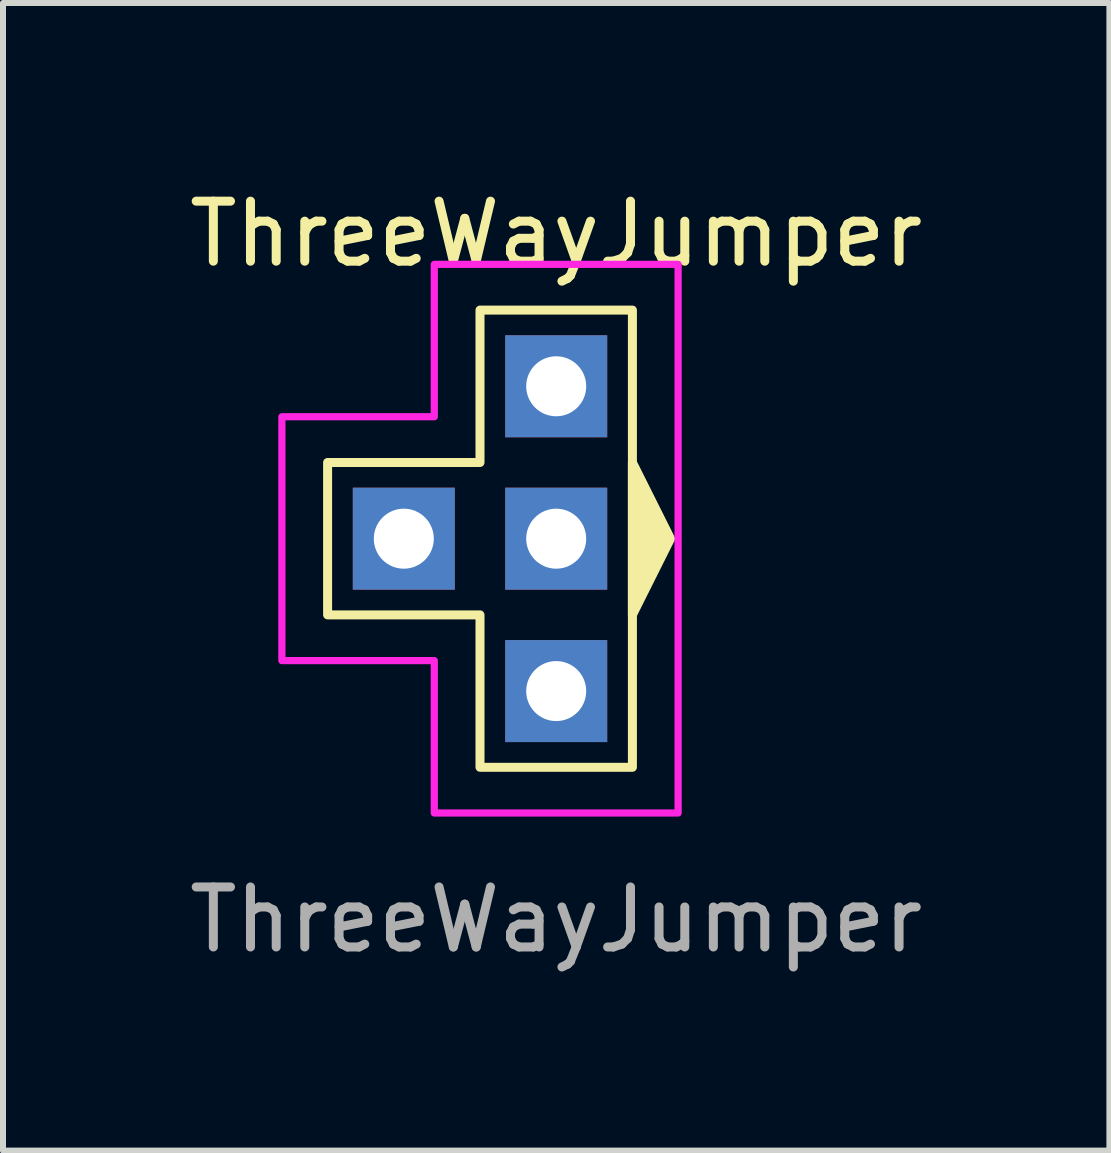
<source format=kicad_pcb>
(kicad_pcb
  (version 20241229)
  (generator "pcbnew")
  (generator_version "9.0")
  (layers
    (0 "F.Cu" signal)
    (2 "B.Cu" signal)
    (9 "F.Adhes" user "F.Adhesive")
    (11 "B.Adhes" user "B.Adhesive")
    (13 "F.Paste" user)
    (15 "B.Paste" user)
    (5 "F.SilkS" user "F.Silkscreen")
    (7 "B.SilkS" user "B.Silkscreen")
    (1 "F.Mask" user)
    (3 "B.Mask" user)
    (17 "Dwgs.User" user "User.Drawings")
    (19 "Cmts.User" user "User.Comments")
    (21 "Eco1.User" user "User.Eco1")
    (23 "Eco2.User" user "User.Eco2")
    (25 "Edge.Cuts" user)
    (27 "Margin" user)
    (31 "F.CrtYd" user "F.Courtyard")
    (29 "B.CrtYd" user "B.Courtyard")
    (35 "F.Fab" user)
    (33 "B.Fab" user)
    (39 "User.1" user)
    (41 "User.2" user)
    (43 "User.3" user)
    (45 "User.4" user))
  (footprint "ThreeWayJumper"
    (layer "F.Cu")
    (at 6.22 5.928)
    (property "Reference" "ThreeWayJumper" (at 0 -5.08 0) (unlocked yes) (layer "F.SilkS") (effects (font (size 1 1) (thickness 0.15))))
    (attr through_hole)
    (fp_poly (pts (xy 1.27 -1.27) (xy 1.905 0) (xy 1.27 1.27)) (stroke (width 0.15) (type solid)) (fill yes) (layer "F.SilkS"))
    (fp_poly (pts (xy -1.27 -3.81) (xy 1.27 -3.81) (xy 1.27 3.81) (xy -1.27 3.81) (xy -1.27 1.27) (xy -3.81 1.27) (xy -3.81 -1.27) (xy -1.27 -1.27)) (stroke (width 0.15) (type solid)) (fill no) (layer "F.SilkS"))
    (fp_poly (pts (xy -4.572 -2.032) (xy -2.032 -2.032) (xy -2.032 -4.572) (xy 2.032 -4.572) (xy 2.032 4.572) (xy -2.032 4.572) (xy -2.032 2.032) (xy -4.572 2.032)) (stroke (width 0.12) (type solid)) (fill no) (layer "F.CrtYd"))
    (fp_text user "${REFERENCE}" (at 0 6.35 0) (unlocked yes) (layer "F.Fab") (effects (font (size 1 1) (thickness 0.15))))
    (pad "1" thru_hole rect (at 0 -2.54) (size 1.7 1.7) (drill 1) (layers "*.Cu" "*.Mask"))
    (pad "2" thru_hole rect (at -2.54 0) (size 1.7 1.7) (drill 1) (layers "*.Cu" "*.Mask"))
    (pad "3" thru_hole rect (at 0 2.54) (size 1.7 1.7) (drill 1) (layers "*.Cu" "*.Mask"))
    (pad "4" thru_hole rect (at 0 0) (size 1.7 1.7) (drill 1) (layers "*.Cu" "*.Mask")))
  (gr_rect
    (start -3 -3)
    (end 15.44 16.127)
    (stroke (width 0.1) (type default))
    (fill no)
    (layer "Edge.Cuts")))
</source>
